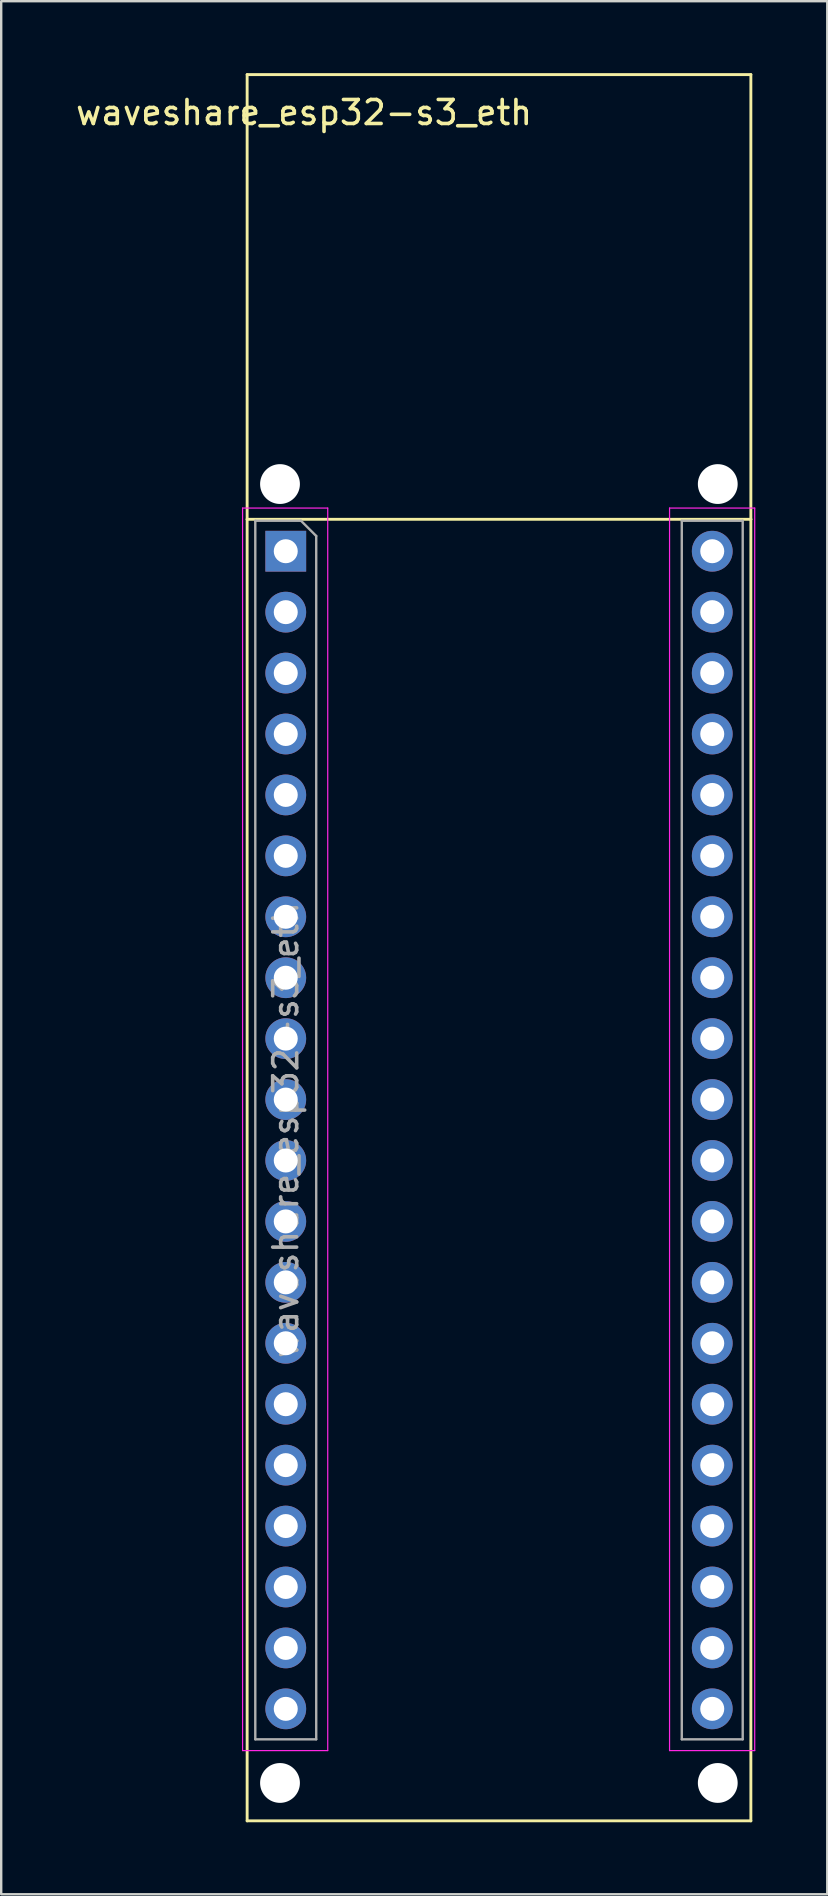
<source format=kicad_pcb>
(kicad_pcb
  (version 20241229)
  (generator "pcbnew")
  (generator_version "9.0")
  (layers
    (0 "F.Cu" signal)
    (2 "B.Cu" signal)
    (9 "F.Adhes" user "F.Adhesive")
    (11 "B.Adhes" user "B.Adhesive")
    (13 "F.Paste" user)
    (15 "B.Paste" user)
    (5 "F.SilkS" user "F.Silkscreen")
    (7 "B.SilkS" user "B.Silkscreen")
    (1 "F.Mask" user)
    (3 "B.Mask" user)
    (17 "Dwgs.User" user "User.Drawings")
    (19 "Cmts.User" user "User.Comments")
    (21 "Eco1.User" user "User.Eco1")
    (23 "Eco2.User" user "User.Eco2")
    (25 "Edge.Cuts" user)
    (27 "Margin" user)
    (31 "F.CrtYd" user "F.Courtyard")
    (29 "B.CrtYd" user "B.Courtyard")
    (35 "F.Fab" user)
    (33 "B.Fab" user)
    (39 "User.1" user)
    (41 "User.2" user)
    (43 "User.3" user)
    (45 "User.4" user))
  (footprint "waveshare_esp32-s3_eth"
    (layer "F.Cu")
    (at 8.863 19.93)
    (property "Reference" "waveshare_esp32-s3_eth" (at 0.762 -18.288 0) (layer "F.SilkS") (effects (font (size 1 1) (thickness 0.15))))
    (attr through_hole)
    (fp_line (start -1.61 -19.87) (end -1.61 -1.33) (stroke (width 0.12) (type solid)) (layer "F.SilkS"))
    (fp_line (start -1.61 -19.87) (end 19.39 -19.87) (stroke (width 0.12) (type solid)) (layer "F.SilkS"))
    (fp_line (start -1.61 -1.33) (end -1.61 52.93) (stroke (width 0.12) (type solid)) (layer "F.SilkS"))
    (fp_line (start -1.61 -1.33) (end 19.39 -1.33) (stroke (width 0.12) (type solid)) (layer "F.SilkS"))
    (fp_line (start -1.61 52.93) (end 19.39 52.93) (stroke (width 0.12) (type solid)) (layer "F.SilkS"))
    (fp_line (start 19.39 -19.87) (end 19.39 -1.33) (stroke (width 0.12) (type solid)) (layer "F.SilkS"))
    (fp_line (start 19.39 -1.33) (end 19.39 52.93) (stroke (width 0.12) (type solid)) (layer "F.SilkS"))
    (fp_line (start -1.8 -1.8) (end 1.75 -1.8) (stroke (width 0.05) (type solid)) (layer "F.CrtYd"))
    (fp_line (start -1.8 50) (end -1.8 -1.8) (stroke (width 0.05) (type solid)) (layer "F.CrtYd"))
    (fp_line (start 1.75 -1.8) (end 1.75 50) (stroke (width 0.05) (type solid)) (layer "F.CrtYd"))
    (fp_line (start 1.75 50) (end -1.8 50) (stroke (width 0.05) (type solid)) (layer "F.CrtYd"))
    (fp_line (start 16 -1.8) (end 16 50) (stroke (width 0.05) (type solid)) (layer "F.CrtYd"))
    (fp_line (start 16 -1.8) (end 19.55 -1.8) (stroke (width 0.05) (type solid)) (layer "F.CrtYd"))
    (fp_line (start 19.55 50) (end 16 50) (stroke (width 0.05) (type solid)) (layer "F.CrtYd"))
    (fp_line (start 19.55 50) (end 19.55 -1.8) (stroke (width 0.05) (type solid)) (layer "F.CrtYd"))
    (fp_line (start -1.27 -1.27) (end 0.635 -1.27) (stroke (width 0.1) (type solid)) (layer "F.Fab"))
    (fp_line (start -1.27 49.53) (end -1.27 -1.27) (stroke (width 0.1) (type solid)) (layer "F.Fab"))
    (fp_line (start 0.635 -1.27) (end 1.27 -0.635) (stroke (width 0.1) (type solid)) (layer "F.Fab"))
    (fp_line (start 1.27 -0.635) (end 1.27 49.53) (stroke (width 0.1) (type solid)) (layer "F.Fab"))
    (fp_line (start 1.27 49.53) (end -1.27 49.53) (stroke (width 0.1) (type solid)) (layer "F.Fab"))
    (fp_line (start 16.51 -1.27) (end 19.05 -1.27) (stroke (width 0.1) (type solid)) (layer "F.Fab"))
    (fp_line (start 16.51 49.53) (end 16.51 -1.27) (stroke (width 0.1) (type solid)) (layer "F.Fab"))
    (fp_line (start 19.05 -1.27) (end 19.05 49.53) (stroke (width 0.1) (type solid)) (layer "F.Fab"))
    (fp_line (start 19.05 49.53) (end 16.51 49.53) (stroke (width 0.1) (type solid)) (layer "F.Fab"))
    (fp_text user "${REFERENCE}" (at 0 24.13 90) (layer "F.Fab") (effects (font (size 1 1) (thickness 0.15))))
    (pad "" np_thru_hole circle (at -0.24 -2.8) (size 1.66 1.66) (drill 1.66) (layers "*.Cu"))
    (pad "" np_thru_hole circle (at -0.24 51.35) (size 1.66 1.66) (drill 1.66) (layers "*.Cu"))
    (pad "" np_thru_hole circle (at 18.01 -2.8) (size 1.66 1.66) (drill 1.66) (layers "*.Cu"))
    (pad "" np_thru_hole circle (at 18.01 51.35) (size 1.66 1.66) (drill 1.66) (layers "*.Cu"))
    (pad "1" thru_hole rect (at 0 0) (size 1.7 1.7) (drill 1) (layers "*.Cu" "*.Mask"))
    (pad "2" thru_hole oval (at 0 2.54) (size 1.7 1.7) (drill 1) (layers "*.Cu" "*.Mask"))
    (pad "3" thru_hole oval (at 0 5.08) (size 1.7 1.7) (drill 1) (layers "*.Cu" "*.Mask"))
    (pad "4" thru_hole oval (at 0 7.62) (size 1.7 1.7) (drill 1) (layers "*.Cu" "*.Mask"))
    (pad "5" thru_hole oval (at 0 10.16) (size 1.7 1.7) (drill 1) (layers "*.Cu" "*.Mask"))
    (pad "6" thru_hole oval (at 0 12.7) (size 1.7 1.7) (drill 1) (layers "*.Cu" "*.Mask"))
    (pad "7" thru_hole oval (at 0 15.24) (size 1.7 1.7) (drill 1) (layers "*.Cu" "*.Mask"))
    (pad "8" thru_hole oval (at 0 17.78) (size 1.7 1.7) (drill 1) (layers "*.Cu" "*.Mask"))
    (pad "9" thru_hole oval (at 0 20.32) (size 1.7 1.7) (drill 1) (layers "*.Cu" "*.Mask"))
    (pad "10" thru_hole oval (at 0 22.86) (size 1.7 1.7) (drill 1) (layers "*.Cu" "*.Mask"))
    (pad "11" thru_hole oval (at 0 25.4) (size 1.7 1.7) (drill 1) (layers "*.Cu" "*.Mask"))
    (pad "12" thru_hole oval (at 0 27.94) (size 1.7 1.7) (drill 1) (layers "*.Cu" "*.Mask"))
    (pad "13" thru_hole oval (at 0 30.48) (size 1.7 1.7) (drill 1) (layers "*.Cu" "*.Mask"))
    (pad "14" thru_hole oval (at 0 33.02) (size 1.7 1.7) (drill 1) (layers "*.Cu" "*.Mask"))
    (pad "15" thru_hole oval (at 0 35.56) (size 1.7 1.7) (drill 1) (layers "*.Cu" "*.Mask"))
    (pad "16" thru_hole oval (at 0 38.1) (size 1.7 1.7) (drill 1) (layers "*.Cu" "*.Mask"))
    (pad "17" thru_hole oval (at 0 40.64) (size 1.7 1.7) (drill 1) (layers "*.Cu" "*.Mask"))
    (pad "18" thru_hole oval (at 0 43.18) (size 1.7 1.7) (drill 1) (layers "*.Cu" "*.Mask"))
    (pad "19" thru_hole oval (at 0 45.72) (size 1.7 1.7) (drill 1) (layers "*.Cu" "*.Mask"))
    (pad "20" thru_hole oval (at 0 48.26) (size 1.7 1.7) (drill 1) (layers "*.Cu" "*.Mask"))
    (pad "21" thru_hole oval (at 17.78 48.26) (size 1.7 1.7) (drill 1) (layers "*.Cu" "*.Mask"))
    (pad "22" thru_hole oval (at 17.78 45.72) (size 1.7 1.7) (drill 1) (layers "*.Cu" "*.Mask"))
    (pad "23" thru_hole oval (at 17.78 43.18) (size 1.7 1.7) (drill 1) (layers "*.Cu" "*.Mask"))
    (pad "24" thru_hole oval (at 17.78 40.64) (size 1.7 1.7) (drill 1) (layers "*.Cu" "*.Mask"))
    (pad "25" thru_hole oval (at 17.78 38.1) (size 1.7 1.7) (drill 1) (layers "*.Cu" "*.Mask"))
    (pad "26" thru_hole oval (at 17.78 35.56) (size 1.7 1.7) (drill 1) (layers "*.Cu" "*.Mask"))
    (pad "27" thru_hole oval (at 17.78 33.02) (size 1.7 1.7) (drill 1) (layers "*.Cu" "*.Mask"))
    (pad "28" thru_hole oval (at 17.78 30.48) (size 1.7 1.7) (drill 1) (layers "*.Cu" "*.Mask"))
    (pad "29" thru_hole oval (at 17.78 27.94) (size 1.7 1.7) (drill 1) (layers "*.Cu" "*.Mask"))
    (pad "30" thru_hole oval (at 17.78 25.4) (size 1.7 1.7) (drill 1) (layers "*.Cu" "*.Mask"))
    (pad "31" thru_hole oval (at 17.78 22.86) (size 1.7 1.7) (drill 1) (layers "*.Cu" "*.Mask"))
    (pad "32" thru_hole oval (at 17.78 20.32) (size 1.7 1.7) (drill 1) (layers "*.Cu" "*.Mask"))
    (pad "33" thru_hole oval (at 17.78 17.78) (size 1.7 1.7) (drill 1) (layers "*.Cu" "*.Mask"))
    (pad "34" thru_hole oval (at 17.78 15.24) (size 1.7 1.7) (drill 1) (layers "*.Cu" "*.Mask"))
    (pad "35" thru_hole oval (at 17.78 12.7) (size 1.7 1.7) (drill 1) (layers "*.Cu" "*.Mask"))
    (pad "36" thru_hole oval (at 17.78 10.16) (size 1.7 1.7) (drill 1) (layers "*.Cu" "*.Mask"))
    (pad "37" thru_hole oval (at 17.78 7.62) (size 1.7 1.7) (drill 1) (layers "*.Cu" "*.Mask"))
    (pad "38" thru_hole oval (at 17.78 5.08) (size 1.7 1.7) (drill 1) (layers "*.Cu" "*.Mask"))
    (pad "39" thru_hole oval (at 17.78 2.54) (size 1.7 1.7) (drill 1) (layers "*.Cu" "*.Mask"))
    (pad "40" thru_hole oval (at 17.78 0) (size 1.7 1.7) (drill 1) (layers "*.Cu" "*.Mask")))
  (gr_rect
    (start -3 -3)
    (end 31.438 75.92)
    (stroke (width 0.1) (type default))
    (fill no)
    (layer "Edge.Cuts")))
</source>
